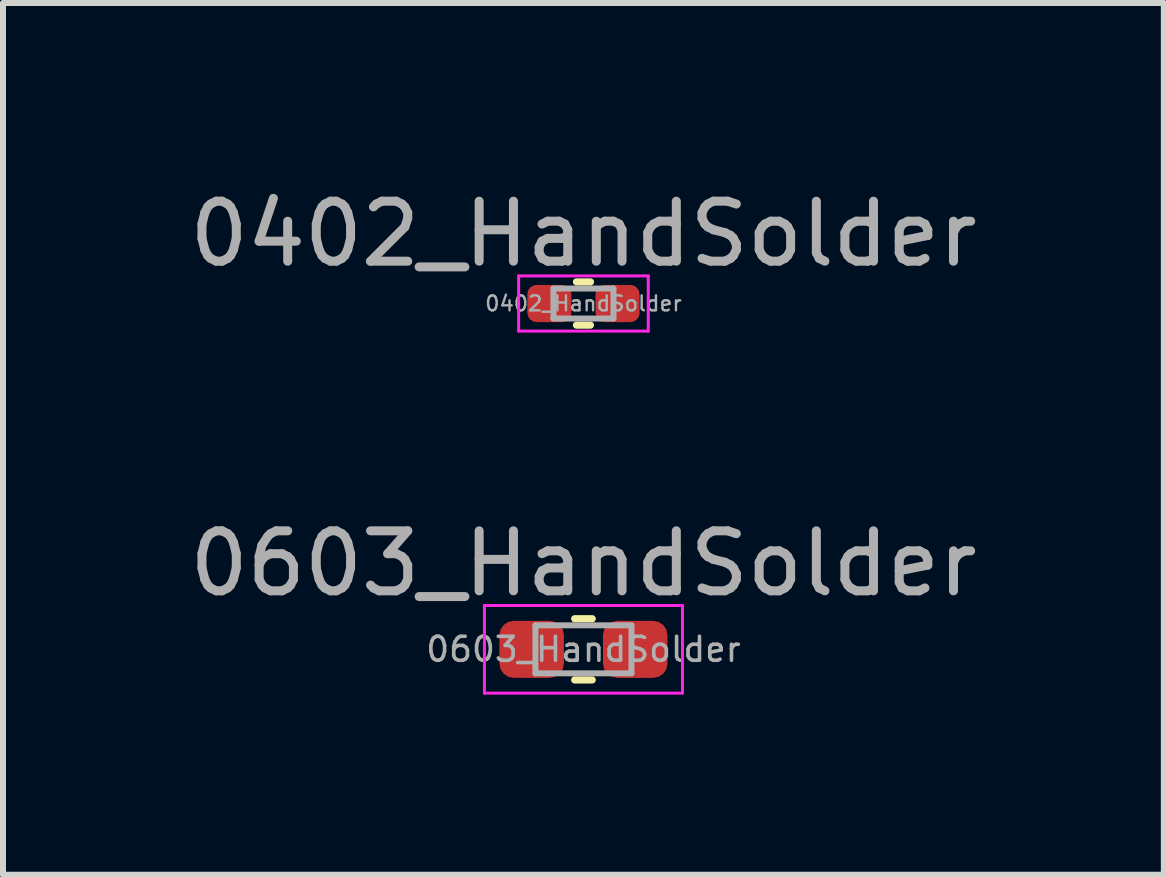
<source format=kicad_pcb>
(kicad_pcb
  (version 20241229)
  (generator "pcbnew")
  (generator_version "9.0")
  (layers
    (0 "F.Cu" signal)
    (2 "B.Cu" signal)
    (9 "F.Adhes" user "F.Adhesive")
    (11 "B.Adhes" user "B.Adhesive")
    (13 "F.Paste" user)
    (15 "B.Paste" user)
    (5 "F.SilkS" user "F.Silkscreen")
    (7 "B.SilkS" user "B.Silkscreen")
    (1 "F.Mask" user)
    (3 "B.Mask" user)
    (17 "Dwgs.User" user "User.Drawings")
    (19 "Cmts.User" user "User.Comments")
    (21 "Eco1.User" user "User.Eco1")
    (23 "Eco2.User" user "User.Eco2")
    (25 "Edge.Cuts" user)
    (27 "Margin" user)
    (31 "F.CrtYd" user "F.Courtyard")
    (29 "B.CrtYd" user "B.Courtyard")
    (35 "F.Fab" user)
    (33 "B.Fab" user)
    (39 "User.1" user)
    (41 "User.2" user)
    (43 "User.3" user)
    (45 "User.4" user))
  (footprint "0402_HandSolder"
    (layer "F.Cu")
    (at 6.673 2.008)
    (property "Reference" "0402_HandSolder" (at 0 -1.16 0) (layer "F.Fab") (effects (font (size 1 1) (thickness 0.15))))
    (attr smd)
    (fp_line (start -0.116 -0.36) (end 0.116 -0.36) (stroke (width 0.12) (type solid)) (layer "F.SilkS"))
    (fp_line (start -0.116 0.36) (end 0.116 0.36) (stroke (width 0.12) (type solid)) (layer "F.SilkS"))
    (fp_line (start -1.08 -0.46) (end 1.08 -0.46) (stroke (width 0.05) (type solid)) (layer "F.CrtYd"))
    (fp_line (start -1.08 0.46) (end -1.08 -0.46) (stroke (width 0.05) (type solid)) (layer "F.CrtYd"))
    (fp_line (start 1.08 -0.46) (end 1.08 0.46) (stroke (width 0.05) (type solid)) (layer "F.CrtYd"))
    (fp_line (start 1.08 0.46) (end -1.08 0.46) (stroke (width 0.05) (type solid)) (layer "F.CrtYd"))
    (fp_line (start -0.5 -0.25) (end 0.5 -0.25) (stroke (width 0.1) (type solid)) (layer "F.Fab"))
    (fp_line (start -0.5 0.25) (end -0.5 -0.25) (stroke (width 0.1) (type solid)) (layer "F.Fab"))
    (fp_line (start 0.5 -0.25) (end 0.5 0.25) (stroke (width 0.1) (type solid)) (layer "F.Fab"))
    (fp_line (start 0.5 0.25) (end -0.5 0.25) (stroke (width 0.1) (type solid)) (layer "F.Fab"))
    (fp_text user "${REFERENCE}" (at 0 0 0) (layer "F.Fab") (effects (font (size 0.25 0.25) (thickness 0.04))))
    (pad "1" smd roundrect (at -0.568 0) (size 0.735 0.62) (layers "F.Cu" "F.Mask" "F.Paste") (roundrect_rratio 0.25))
    (pad "2" smd roundrect (at 0.568 0) (size 0.735 0.62) (layers "F.Cu" "F.Mask" "F.Paste") (roundrect_rratio 0.25)))
  (footprint "0603_HandSolder"
    (layer "F.Cu")
    (at 6.673 7.771)
    (property "Reference" "0603_HandSolder" (at 0 -1.43 0) (layer "F.Fab") (effects (font (size 1 1) (thickness 0.15))))
    (attr smd)
    (fp_line (start -0.146 -0.51) (end 0.146 -0.51) (stroke (width 0.12) (type solid)) (layer "F.SilkS"))
    (fp_line (start -0.146 0.51) (end 0.146 0.51) (stroke (width 0.12) (type solid)) (layer "F.SilkS"))
    (fp_line (start -1.65 -0.73) (end 1.65 -0.73) (stroke (width 0.05) (type solid)) (layer "F.CrtYd"))
    (fp_line (start -1.65 0.73) (end -1.65 -0.73) (stroke (width 0.05) (type solid)) (layer "F.CrtYd"))
    (fp_line (start 1.65 -0.73) (end 1.65 0.73) (stroke (width 0.05) (type solid)) (layer "F.CrtYd"))
    (fp_line (start 1.65 0.73) (end -1.65 0.73) (stroke (width 0.05) (type solid)) (layer "F.CrtYd"))
    (fp_line (start -0.8 -0.4) (end 0.8 -0.4) (stroke (width 0.1) (type solid)) (layer "F.Fab"))
    (fp_line (start -0.8 0.4) (end -0.8 -0.4) (stroke (width 0.1) (type solid)) (layer "F.Fab"))
    (fp_line (start 0.8 -0.4) (end 0.8 0.4) (stroke (width 0.1) (type solid)) (layer "F.Fab"))
    (fp_line (start 0.8 0.4) (end -0.8 0.4) (stroke (width 0.1) (type solid)) (layer "F.Fab"))
    (fp_text user "${REFERENCE}" (at 0 0 0) (layer "F.Fab") (effects (font (size 0.4 0.4) (thickness 0.06))))
    (pad "1" smd roundrect (at -0.863 0) (size 1.075 0.95) (layers "F.Cu" "F.Mask" "F.Paste") (roundrect_rratio 0.25))
    (pad "2" smd roundrect (at 0.863 0) (size 1.075 0.95) (layers "F.Cu" "F.Mask" "F.Paste") (roundrect_rratio 0.25)))
  (gr_rect
    (start -3 -3)
    (end 16.345 11.527)
    (stroke (width 0.1) (type default))
    (fill no)
    (layer "Edge.Cuts")))
</source>
